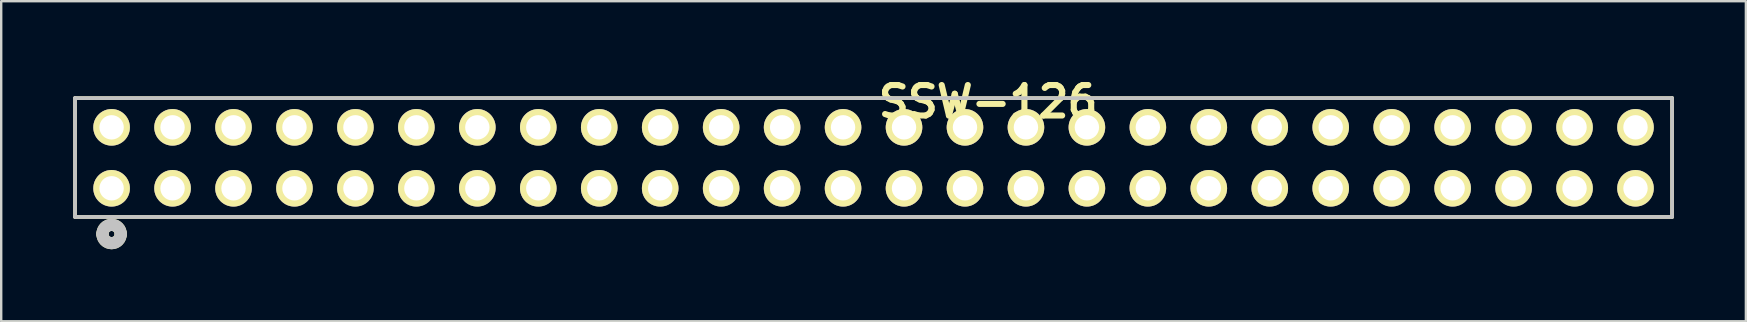
<source format=kicad_pcb>
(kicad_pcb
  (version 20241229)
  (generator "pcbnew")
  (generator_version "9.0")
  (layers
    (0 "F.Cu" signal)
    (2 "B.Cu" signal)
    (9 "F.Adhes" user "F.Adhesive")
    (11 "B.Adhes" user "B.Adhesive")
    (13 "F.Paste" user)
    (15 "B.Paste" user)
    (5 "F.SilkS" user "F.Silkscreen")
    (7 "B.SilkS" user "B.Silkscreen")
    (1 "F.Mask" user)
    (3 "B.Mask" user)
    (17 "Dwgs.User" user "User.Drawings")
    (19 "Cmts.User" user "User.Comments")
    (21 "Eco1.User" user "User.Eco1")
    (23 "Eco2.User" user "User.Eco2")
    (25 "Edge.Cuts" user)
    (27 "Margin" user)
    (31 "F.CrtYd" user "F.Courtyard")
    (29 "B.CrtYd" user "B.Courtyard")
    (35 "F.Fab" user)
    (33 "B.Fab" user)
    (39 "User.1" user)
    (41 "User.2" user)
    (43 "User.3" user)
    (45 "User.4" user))
  (footprint "SSW-126"
    (layer "F.Cu")
    (at 1.6 2.256)
    (property "Reference" "SSW-126" (at 36.525 -1.067 0) (layer "F.SilkS") (effects (font (size 1.27 1.27) (thickness 0.254))))
    (attr through_hole)
    (fp_line (start -1.524 -1.219) (end 65.024 -1.219) (stroke (width 0.152) (type solid)) (layer "F.SilkS"))
    (fp_line (start -1.524 3.734) (end -1.524 -1.219) (stroke (width 0.152) (type solid)) (layer "F.SilkS"))
    (fp_line (start 65.024 -1.219) (end 65.024 3.734) (stroke (width 0.152) (type solid)) (layer "F.SilkS"))
    (fp_line (start 65.024 3.734) (end -1.524 3.734) (stroke (width 0.152) (type solid)) (layer "F.SilkS"))
    (fp_arc (start -0.381 4.445) (mid 0 4.064) (end 0.381 4.445) (stroke (width 0.508) (type solid)) (layer "F.SilkS"))
    (fp_arc (start 0.381 4.445) (mid 0 4.826) (end -0.381 4.445) (stroke (width 0.508) (type solid)) (layer "F.SilkS"))
    (fp_line (start -1.524 -1.219) (end 65.024 -1.219) (stroke (width 0.152) (type solid)) (layer "Dwgs.User"))
    (fp_line (start -1.524 3.734) (end -1.524 -1.219) (stroke (width 0.152) (type solid)) (layer "Dwgs.User"))
    (fp_line (start 65.024 -1.219) (end 65.024 3.734) (stroke (width 0.152) (type solid)) (layer "Dwgs.User"))
    (fp_line (start 65.024 3.734) (end -1.524 3.734) (stroke (width 0.152) (type solid)) (layer "Dwgs.User"))
    (fp_arc (start -0.381 4.445) (mid 0 4.064) (end 0.381 4.445) (stroke (width 0.508) (type solid)) (layer "Dwgs.User"))
    (fp_arc (start 0.381 4.445) (mid 0 4.826) (end -0.381 4.445) (stroke (width 0.508) (type solid)) (layer "Dwgs.User"))
    (pad "1" thru_hole circle (at 0 2.54 270) (size 1.524 1.524) (drill 1.016) (layers "*.Cu" "*.Mask" "F.SilkS"))
    (pad "2" thru_hole circle (at 0 0 270) (size 1.524 1.524) (drill 1.016) (layers "*.Cu" "*.Mask" "F.SilkS"))
    (pad "3" thru_hole circle (at 2.54 2.54 270) (size 1.524 1.524) (drill 1.016) (layers "*.Cu" "*.Mask" "F.SilkS"))
    (pad "4" thru_hole circle (at 2.54 0 270) (size 1.524 1.524) (drill 1.016) (layers "*.Cu" "*.Mask" "F.SilkS"))
    (pad "5" thru_hole circle (at 5.08 2.54 270) (size 1.524 1.524) (drill 1.016) (layers "*.Cu" "*.Mask" "F.SilkS"))
    (pad "6" thru_hole circle (at 5.08 0 270) (size 1.524 1.524) (drill 1.016) (layers "*.Cu" "*.Mask" "F.SilkS"))
    (pad "7" thru_hole circle (at 7.62 2.54 270) (size 1.524 1.524) (drill 1.016) (layers "*.Cu" "*.Mask" "F.SilkS"))
    (pad "8" thru_hole circle (at 7.62 0 270) (size 1.524 1.524) (drill 1.016) (layers "*.Cu" "*.Mask" "F.SilkS"))
    (pad "9" thru_hole circle (at 10.16 2.54 270) (size 1.524 1.524) (drill 1.016) (layers "*.Cu" "*.Mask" "F.SilkS"))
    (pad "10" thru_hole circle (at 10.16 0 270) (size 1.524 1.524) (drill 1.016) (layers "*.Cu" "*.Mask" "F.SilkS"))
    (pad "11" thru_hole circle (at 12.7 2.54 270) (size 1.524 1.524) (drill 1.016) (layers "*.Cu" "*.Mask" "F.SilkS"))
    (pad "12" thru_hole circle (at 12.7 0 270) (size 1.524 1.524) (drill 1.016) (layers "*.Cu" "*.Mask" "F.SilkS"))
    (pad "13" thru_hole circle (at 15.24 2.54 270) (size 1.524 1.524) (drill 1.016) (layers "*.Cu" "*.Mask" "F.SilkS"))
    (pad "14" thru_hole circle (at 15.24 0 270) (size 1.524 1.524) (drill 1.016) (layers "*.Cu" "*.Mask" "F.SilkS"))
    (pad "15" thru_hole circle (at 17.78 2.54 270) (size 1.524 1.524) (drill 1.016) (layers "*.Cu" "*.Mask" "F.SilkS"))
    (pad "16" thru_hole circle (at 17.78 0 270) (size 1.524 1.524) (drill 1.016) (layers "*.Cu" "*.Mask" "F.SilkS"))
    (pad "17" thru_hole circle (at 20.32 2.54 270) (size 1.524 1.524) (drill 1.016) (layers "*.Cu" "*.Mask" "F.SilkS"))
    (pad "18" thru_hole circle (at 20.32 0 270) (size 1.524 1.524) (drill 1.016) (layers "*.Cu" "*.Mask" "F.SilkS"))
    (pad "19" thru_hole circle (at 22.86 2.54 270) (size 1.524 1.524) (drill 1.016) (layers "*.Cu" "*.Mask" "F.SilkS"))
    (pad "20" thru_hole circle (at 22.86 0 270) (size 1.524 1.524) (drill 1.016) (layers "*.Cu" "*.Mask" "F.SilkS"))
    (pad "21" thru_hole circle (at 25.4 2.54 270) (size 1.524 1.524) (drill 1.016) (layers "*.Cu" "*.Mask" "F.SilkS"))
    (pad "22" thru_hole circle (at 25.4 0 270) (size 1.524 1.524) (drill 1.016) (layers "*.Cu" "*.Mask" "F.SilkS"))
    (pad "23" thru_hole circle (at 27.94 2.54 270) (size 1.524 1.524) (drill 1.016) (layers "*.Cu" "*.Mask" "F.SilkS"))
    (pad "24" thru_hole circle (at 27.94 0 270) (size 1.524 1.524) (drill 1.016) (layers "*.Cu" "*.Mask" "F.SilkS"))
    (pad "25" thru_hole circle (at 30.48 2.54 270) (size 1.524 1.524) (drill 1.016) (layers "*.Cu" "*.Mask" "F.SilkS"))
    (pad "26" thru_hole circle (at 30.48 0 270) (size 1.524 1.524) (drill 1.016) (layers "*.Cu" "*.Mask" "F.SilkS"))
    (pad "27" thru_hole circle (at 33.02 2.54 270) (size 1.524 1.524) (drill 1.016) (layers "*.Cu" "*.Mask" "F.SilkS"))
    (pad "28" thru_hole circle (at 33.02 0 270) (size 1.524 1.524) (drill 1.016) (layers "*.Cu" "*.Mask" "F.SilkS"))
    (pad "29" thru_hole circle (at 35.56 2.54 270) (size 1.524 1.524) (drill 1.016) (layers "*.Cu" "*.Mask" "F.SilkS"))
    (pad "30" thru_hole circle (at 35.56 0 270) (size 1.524 1.524) (drill 1.016) (layers "*.Cu" "*.Mask" "F.SilkS"))
    (pad "31" thru_hole circle (at 38.1 2.54 270) (size 1.524 1.524) (drill 1.016) (layers "*.Cu" "*.Mask" "F.SilkS"))
    (pad "32" thru_hole circle (at 38.1 0 270) (size 1.524 1.524) (drill 1.016) (layers "*.Cu" "*.Mask" "F.SilkS"))
    (pad "33" thru_hole circle (at 40.64 2.54 270) (size 1.524 1.524) (drill 1.016) (layers "*.Cu" "*.Mask" "F.SilkS"))
    (pad "34" thru_hole circle (at 40.64 0 270) (size 1.524 1.524) (drill 1.016) (layers "*.Cu" "*.Mask" "F.SilkS"))
    (pad "35" thru_hole circle (at 43.18 2.54 270) (size 1.524 1.524) (drill 1.016) (layers "*.Cu" "*.Mask" "F.SilkS"))
    (pad "36" thru_hole circle (at 43.18 0 270) (size 1.524 1.524) (drill 1.016) (layers "*.Cu" "*.Mask" "F.SilkS"))
    (pad "37" thru_hole circle (at 45.72 2.54 270) (size 1.524 1.524) (drill 1.016) (layers "*.Cu" "*.Mask" "F.SilkS"))
    (pad "38" thru_hole circle (at 45.72 0 270) (size 1.524 1.524) (drill 1.016) (layers "*.Cu" "*.Mask" "F.SilkS"))
    (pad "39" thru_hole circle (at 48.26 2.54 270) (size 1.524 1.524) (drill 1.016) (layers "*.Cu" "*.Mask" "F.SilkS"))
    (pad "40" thru_hole circle (at 48.26 0 270) (size 1.524 1.524) (drill 1.016) (layers "*.Cu" "*.Mask" "F.SilkS"))
    (pad "41" thru_hole circle (at 50.8 2.54 270) (size 1.524 1.524) (drill 1.016) (layers "*.Cu" "*.Mask" "F.SilkS"))
    (pad "42" thru_hole circle (at 50.8 0 270) (size 1.524 1.524) (drill 1.016) (layers "*.Cu" "*.Mask" "F.SilkS"))
    (pad "43" thru_hole circle (at 53.34 2.54 270) (size 1.524 1.524) (drill 1.016) (layers "*.Cu" "*.Mask" "F.SilkS"))
    (pad "44" thru_hole circle (at 53.34 0 270) (size 1.524 1.524) (drill 1.016) (layers "*.Cu" "*.Mask" "F.SilkS"))
    (pad "45" thru_hole circle (at 55.88 2.54 270) (size 1.524 1.524) (drill 1.016) (layers "*.Cu" "*.Mask" "F.SilkS"))
    (pad "46" thru_hole circle (at 55.88 0 270) (size 1.524 1.524) (drill 1.016) (layers "*.Cu" "*.Mask" "F.SilkS"))
    (pad "47" thru_hole circle (at 58.42 2.54 270) (size 1.524 1.524) (drill 1.016) (layers "*.Cu" "*.Mask" "F.SilkS"))
    (pad "48" thru_hole circle (at 58.42 0 270) (size 1.524 1.524) (drill 1.016) (layers "*.Cu" "*.Mask" "F.SilkS"))
    (pad "49" thru_hole circle (at 60.96 2.54 270) (size 1.524 1.524) (drill 1.016) (layers "*.Cu" "*.Mask" "F.SilkS"))
    (pad "50" thru_hole circle (at 60.96 0 270) (size 1.524 1.524) (drill 1.016) (layers "*.Cu" "*.Mask" "F.SilkS"))
    (pad "51" thru_hole circle (at 63.5 2.54 270) (size 1.524 1.524) (drill 1.016) (layers "*.Cu" "*.Mask" "F.SilkS"))
    (pad "52" thru_hole circle (at 63.5 0 270) (size 1.524 1.524) (drill 1.016) (layers "*.Cu" "*.Mask" "F.SilkS")))
  (gr_rect
    (start -3 -3)
    (end 69.7 10.336)
    (stroke (width 0.1) (type default))
    (fill no)
    (layer "Edge.Cuts")))
</source>
